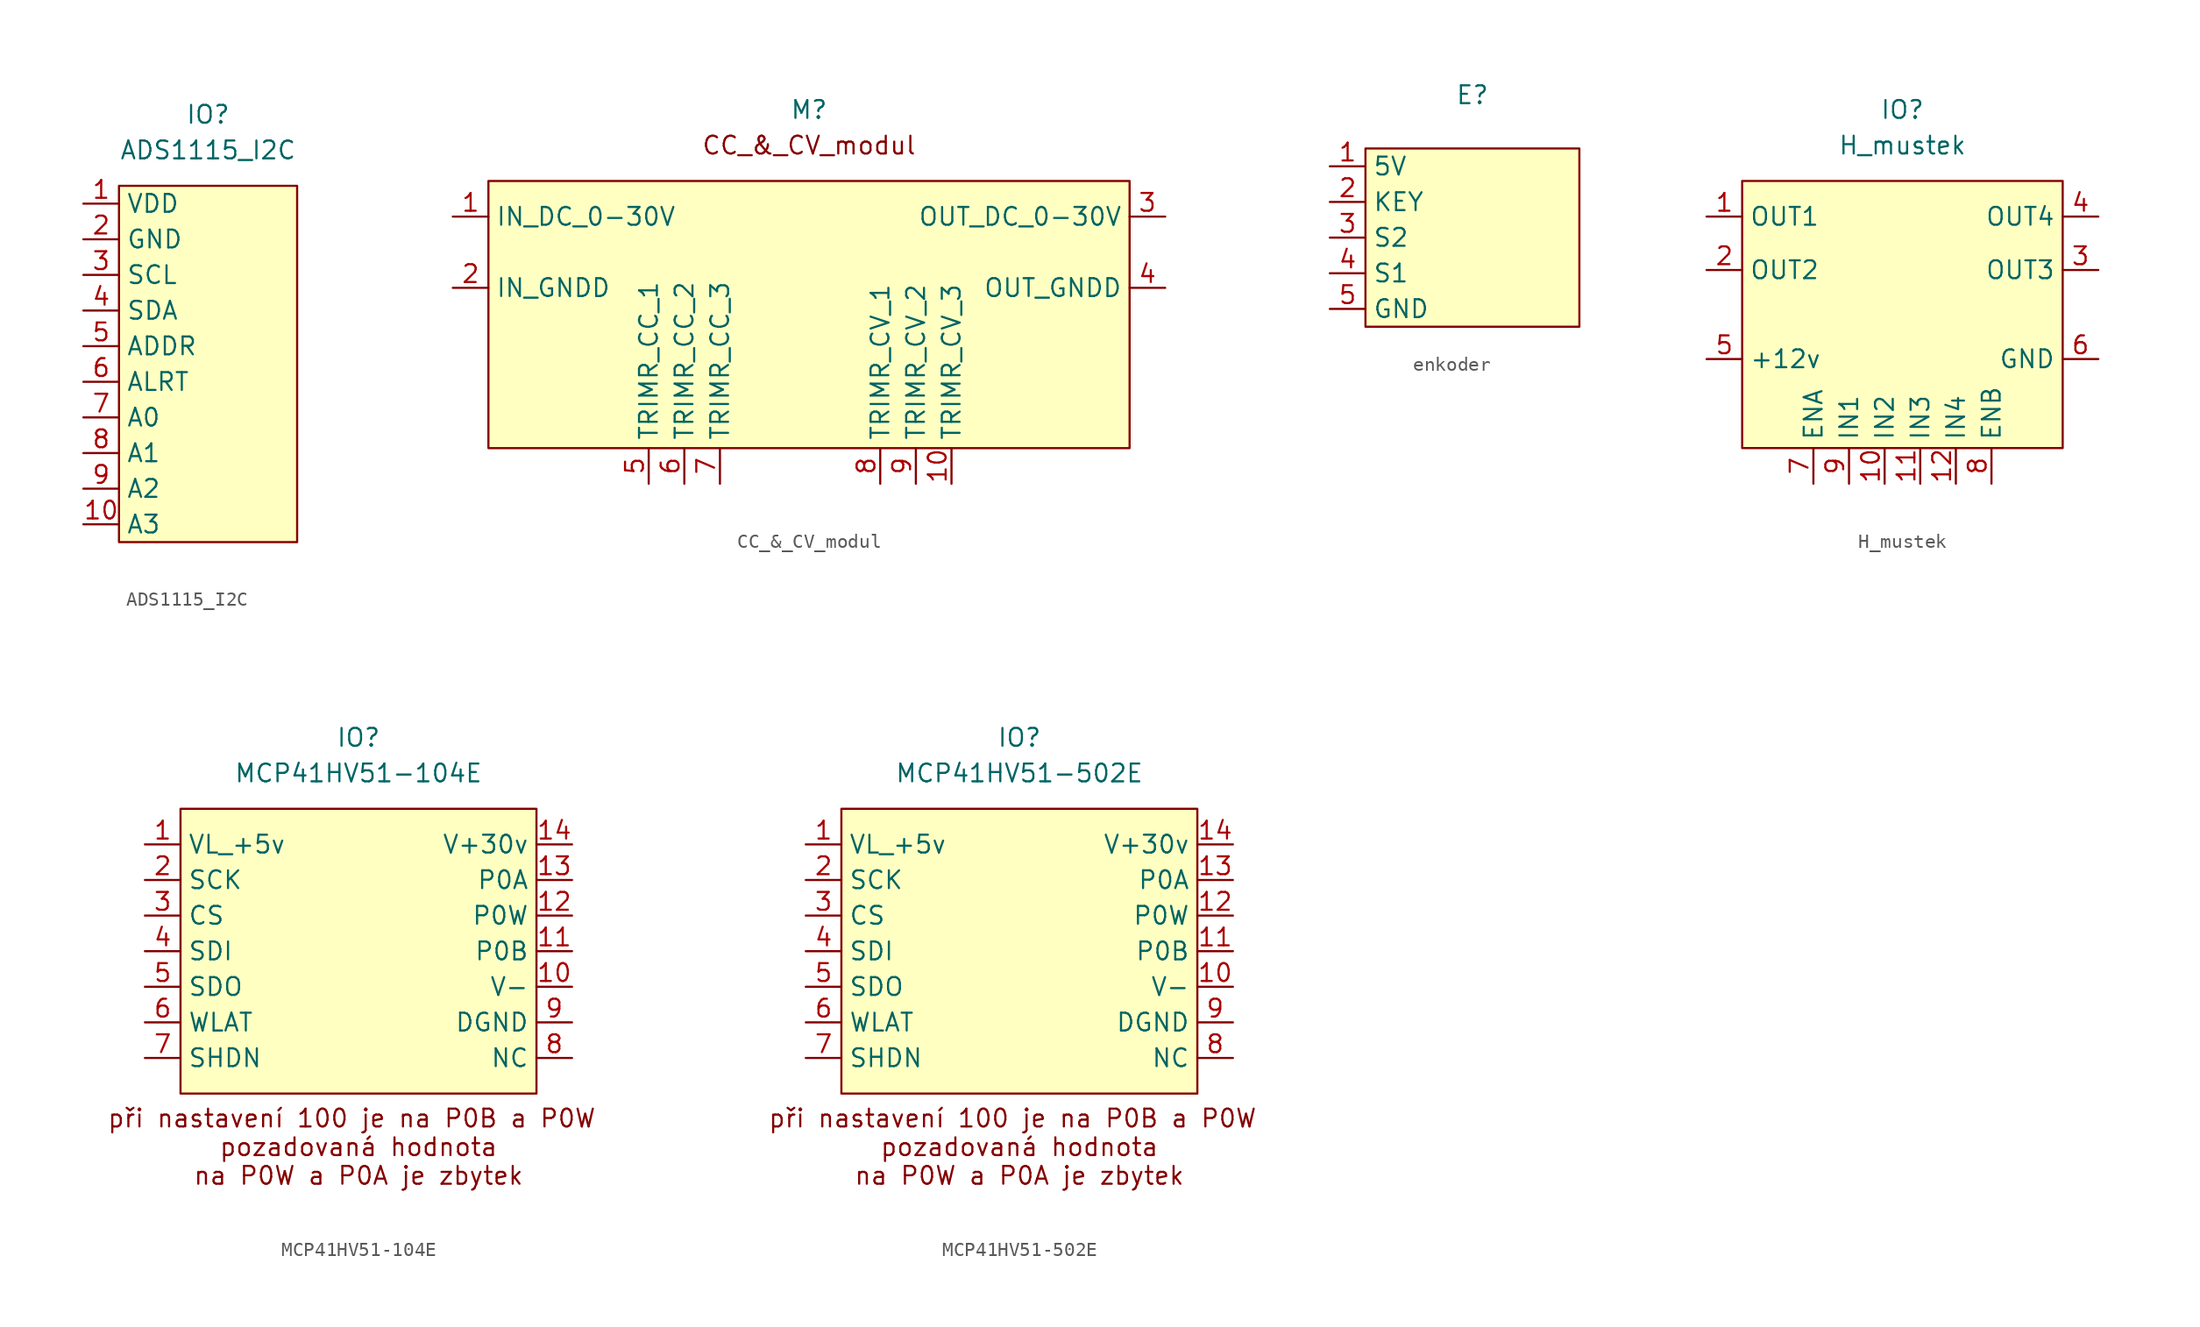
<source format=kicad_sym>
(kicad_symbol_lib
  (version 20220914)
  (generator kicad_symbol_editor)
  (symbol "ADS1115_I2C"
    (property "Reference" "IO"
      (at 0 3.81 0)
      (effects (font (size 1.27 1.27))))
    (property "Value" "ADS1115_I2C"
      (at 0 1.27 0)
      (effects (font (size 1.27 1.27))))
    (symbol "ADS1115_I2C_1_1"
      (rectangle (start -6.35 -1.27) (end 6.35 -26.67) (stroke (width 0) (type default)) (fill (type background)))
      (pin input line (at -8.89 -2.54 0) (length 2.54) (name "VDD" (effects (font (size 1.27 1.27)))) (number "1" (effects (font (size 1.27 1.27)))))
      (pin input line (at -8.89 -25.4 0) (length 2.54) (name "A3" (effects (font (size 1.27 1.27)))) (number "10" (effects (font (size 1.27 1.27)))))
      (pin input line (at -8.89 -5.08 0) (length 2.54) (name "GND" (effects (font (size 1.27 1.27)))) (number "2" (effects (font (size 1.27 1.27)))))
      (pin input line (at -8.89 -7.62 0) (length 2.54) (name "SCL" (effects (font (size 1.27 1.27)))) (number "3" (effects (font (size 1.27 1.27)))))
      (pin input line (at -8.89 -10.16 0) (length 2.54) (name "SDA" (effects (font (size 1.27 1.27)))) (number "4" (effects (font (size 1.27 1.27)))))
      (pin input line (at -8.89 -12.7 0) (length 2.54) (name "ADDR" (effects (font (size 1.27 1.27)))) (number "5" (effects (font (size 1.27 1.27)))))
      (pin input line (at -8.89 -15.24 0) (length 2.54) (name "ALRT" (effects (font (size 1.27 1.27)))) (number "6" (effects (font (size 1.27 1.27)))))
      (pin input line (at -8.89 -17.78 0) (length 2.54) (name "A0" (effects (font (size 1.27 1.27)))) (number "7" (effects (font (size 1.27 1.27)))))
      (pin input line (at -8.89 -20.32 0) (length 2.54) (name "A1" (effects (font (size 1.27 1.27)))) (number "8" (effects (font (size 1.27 1.27)))))
      (pin input line (at -8.89 -22.86 0) (length 2.54) (name "A2" (effects (font (size 1.27 1.27)))) (number "9" (effects (font (size 1.27 1.27)))))))
  (symbol "CC_&_CV_modul"
    (property "Reference" "M"
      (at 0 10.16 0)
      (effects (font (size 1.27 1.27))))
    (property "Value" ""
      (at 0 0 0)
      (effects (font (size 1.27 1.27))))
    (symbol "CC_&_CV_modul_1_1"
      (rectangle (start -22.86 5.08) (end 22.86 -13.97) (stroke (width 0) (type default)) (fill (type background)))
      (text "CC_&_CV_modul" (at 0 7.62 0) (effects (font (size 1.27 1.27))))
      (pin input line (at -25.4 2.54 0) (length 2.54) (name "IN_DC_0-30V" (effects (font (size 1.27 1.27)))) (number "1" (effects (font (size 1.27 1.27)))))
      (pin input line (at 10.16 -16.51 90) (length 2.54) (name "TRIMR_CV_3" (effects (font (size 1.27 1.27)))) (number "10" (effects (font (size 1.27 1.27)))))
      (pin input line (at -25.4 -2.54 0) (length 2.54) (name "IN_GNDD" (effects (font (size 1.27 1.27)))) (number "2" (effects (font (size 1.27 1.27)))))
      (pin output line (at 25.4 2.54 180) (length 2.54) (name "OUT_DC_0-30V" (effects (font (size 1.27 1.27)))) (number "3" (effects (font (size 1.27 1.27)))))
      (pin output line (at 25.4 -2.54 180) (length 2.54) (name "OUT_GNDD" (effects (font (size 1.27 1.27)))) (number "4" (effects (font (size 1.27 1.27)))))
      (pin input line (at -11.43 -16.51 90) (length 2.54) (name "TRIMR_CC_1" (effects (font (size 1.27 1.27)))) (number "5" (effects (font (size 1.27 1.27)))))
      (pin input line (at -8.89 -16.51 90) (length 2.54) (name "TRIMR_CC_2" (effects (font (size 1.27 1.27)))) (number "6" (effects (font (size 1.27 1.27)))))
      (pin input line (at -6.35 -16.51 90) (length 2.54) (name "TRIMR_CC_3" (effects (font (size 1.27 1.27)))) (number "7" (effects (font (size 1.27 1.27)))))
      (pin input line (at 5.08 -16.51 90) (length 2.54) (name "TRIMR_CV_1" (effects (font (size 1.27 1.27)))) (number "8" (effects (font (size 1.27 1.27)))))
      (pin input line (at 7.62 -16.51 90) (length 2.54) (name "TRIMR_CV_2" (effects (font (size 1.27 1.27)))) (number "9" (effects (font (size 1.27 1.27)))))))
  (symbol "enkoder"
    (property "Reference" "E"
      (at 0 2.54 0)
      (effects (font (size 1.27 1.27))))
    (symbol "enkoder_1_1"
      (rectangle (start -7.62 -1.27) (end 7.62 -13.97) (stroke (width 0) (type default)) (fill (type background)))
      (pin input line (at -10.16 -2.54 0) (length 2.54) (name "5V" (effects (font (size 1.27 1.27)))) (number "1" (effects (font (size 1.27 1.27)))))
      (pin input line (at -10.16 -5.08 0) (length 2.54) (name "KEY" (effects (font (size 1.27 1.27)))) (number "2" (effects (font (size 1.27 1.27)))))
      (pin input line (at -10.16 -7.62 0) (length 2.54) (name "S2" (effects (font (size 1.27 1.27)))) (number "3" (effects (font (size 1.27 1.27)))))
      (pin input line (at -10.16 -10.16 0) (length 2.54) (name "S1" (effects (font (size 1.27 1.27)))) (number "4" (effects (font (size 1.27 1.27)))))
      (pin input line (at -10.16 -12.7 0) (length 2.54) (name "GND" (effects (font (size 1.27 1.27)))) (number "5" (effects (font (size 1.27 1.27)))))))
  (symbol "H_mustek"
    (property "Reference" "IO"
      (at 0 3.81 0)
      (effects (font (size 1.27 1.27))))
    (property "Value" "H_mustek"
      (at 0 1.27 0)
      (effects (font (size 1.27 1.27))))
    (symbol "H_mustek_1_1"
      (rectangle (start -11.43 -1.27) (end 11.43 -20.32) (stroke (width 0) (type default)) (fill (type background)))
      (pin input line (at -13.97 -3.81 0) (length 2.54) (name "OUT1" (effects (font (size 1.27 1.27)))) (number "1" (effects (font (size 1.27 1.27)))))
      (pin input line (at -1.27 -22.86 90) (length 2.54) (name "IN2" (effects (font (size 1.27 1.27)))) (number "10" (effects (font (size 1.27 1.27)))))
      (pin input line (at 1.27 -22.86 90) (length 2.54) (name "IN3" (effects (font (size 1.27 1.27)))) (number "11" (effects (font (size 1.27 1.27)))))
      (pin input line (at 3.81 -22.86 90) (length 2.54) (name "IN4" (effects (font (size 1.27 1.27)))) (number "12" (effects (font (size 1.27 1.27)))))
      (pin input line (at -13.97 -7.62 0) (length 2.54) (name "OUT2" (effects (font (size 1.27 1.27)))) (number "2" (effects (font (size 1.27 1.27)))))
      (pin input line (at 13.97 -7.62 180) (length 2.54) (name "OUT3" (effects (font (size 1.27 1.27)))) (number "3" (effects (font (size 1.27 1.27)))))
      (pin input line (at 13.97 -3.81 180) (length 2.54) (name "OUT4" (effects (font (size 1.27 1.27)))) (number "4" (effects (font (size 1.27 1.27)))))
      (pin input line (at -13.97 -13.97 0) (length 2.54) (name "+12v" (effects (font (size 1.27 1.27)))) (number "5" (effects (font (size 1.27 1.27)))))
      (pin input line (at 13.97 -13.97 180) (length 2.54) (name "GND" (effects (font (size 1.27 1.27)))) (number "6" (effects (font (size 1.27 1.27)))))
      (pin input line (at -6.35 -22.86 90) (length 2.54) (name "ENA" (effects (font (size 1.27 1.27)))) (number "7" (effects (font (size 1.27 1.27)))))
      (pin input line (at 6.35 -22.86 90) (length 2.54) (name "ENB" (effects (font (size 1.27 1.27)))) (number "8" (effects (font (size 1.27 1.27)))))
      (pin input line (at -3.81 -22.86 90) (length 2.54) (name "IN1" (effects (font (size 1.27 1.27)))) (number "9" (effects (font (size 1.27 1.27)))))))
  (symbol "MCP41HV51-104E"
    (property "Reference" "IO"
      (at 0 1.27 0)
      (effects (font (size 1.27 1.27))))
    (property "Value" "MCP41HV51-104E"
      (at 0 -1.27 0)
      (effects (font (size 1.27 1.27))))
    (symbol "MCP41HV51-104E_1_1"
      (rectangle (start -12.7 -3.81) (end 12.7 -24.13) (stroke (width 0) (type default)) (fill (type background)))
      (text "při nastavení 100 je na P0B a P0W \npozadovaná hodnota\nna P0W a P0A je zbytek" (at 0 -27.94 0) (effects (font (size 1.27 1.27))))
      (pin input line (at -15.24 -6.35 0) (length 2.54) (name "VL_+5v" (effects (font (size 1.27 1.27)))) (number "1" (effects (font (size 1.27 1.27)))))
      (pin input line (at 15.24 -16.51 180) (length 2.54) (name "V-" (effects (font (size 1.27 1.27)))) (number "10" (effects (font (size 1.27 1.27)))))
      (pin output line (at 15.24 -13.97 180) (length 2.54) (name "P0B" (effects (font (size 1.27 1.27)))) (number "11" (effects (font (size 1.27 1.27)))))
      (pin output line (at 15.24 -11.43 180) (length 2.54) (name "P0W" (effects (font (size 1.27 1.27)))) (number "12" (effects (font (size 1.27 1.27)))))
      (pin output line (at 15.24 -8.89 180) (length 2.54) (name "P0A" (effects (font (size 1.27 1.27)))) (number "13" (effects (font (size 1.27 1.27)))))
      (pin input line (at 15.24 -6.35 180) (length 2.54) (name "V+30v" (effects (font (size 1.27 1.27)))) (number "14" (effects (font (size 1.27 1.27)))))
      (pin input line (at -15.24 -8.89 0) (length 2.54) (name "SCK" (effects (font (size 1.27 1.27)))) (number "2" (effects (font (size 1.27 1.27)))))
      (pin input line (at -15.24 -11.43 0) (length 2.54) (name "CS" (effects (font (size 1.27 1.27)))) (number "3" (effects (font (size 1.27 1.27)))))
      (pin input line (at -15.24 -13.97 0) (length 2.54) (name "SDI" (effects (font (size 1.27 1.27)))) (number "4" (effects (font (size 1.27 1.27)))))
      (pin output line (at -15.24 -16.51 0) (length 2.54) (name "SDO" (effects (font (size 1.27 1.27)))) (number "5" (effects (font (size 1.27 1.27)))))
      (pin input line (at -15.24 -19.05 0) (length 2.54) (name "WLAT" (effects (font (size 1.27 1.27)))) (number "6" (effects (font (size 1.27 1.27)))))
      (pin input line (at -15.24 -21.59 0) (length 2.54) (name "SHDN" (effects (font (size 1.27 1.27)))) (number "7" (effects (font (size 1.27 1.27)))))
      (pin input line (at 15.24 -21.59 180) (length 2.54) (name "NC" (effects (font (size 1.27 1.27)))) (number "8" (effects (font (size 1.27 1.27)))))
      (pin input line (at 15.24 -19.05 180) (length 2.54) (name "DGND" (effects (font (size 1.27 1.27)))) (number "9" (effects (font (size 1.27 1.27)))))))
  (symbol "MCP41HV51-502E"
    (property "Reference" "IO"
      (at 0 1.27 0)
      (effects (font (size 1.27 1.27))))
    (property "Value" "MCP41HV51-502E"
      (at 0 -1.27 0)
      (effects (font (size 1.27 1.27))))
    (symbol "MCP41HV51-502E_1_1"
      (rectangle (start -12.7 -3.81) (end 12.7 -24.13) (stroke (width 0) (type default)) (fill (type background)))
      (text "při nastavení 100 je na P0B a P0W \npozadovaná hodnota\nna P0W a P0A je zbytek" (at 0 -27.94 0) (effects (font (size 1.27 1.27))))
      (pin input line (at -15.24 -6.35 0) (length 2.54) (name "VL_+5v" (effects (font (size 1.27 1.27)))) (number "1" (effects (font (size 1.27 1.27)))))
      (pin input line (at 15.24 -16.51 180) (length 2.54) (name "V-" (effects (font (size 1.27 1.27)))) (number "10" (effects (font (size 1.27 1.27)))))
      (pin output line (at 15.24 -13.97 180) (length 2.54) (name "P0B" (effects (font (size 1.27 1.27)))) (number "11" (effects (font (size 1.27 1.27)))))
      (pin output line (at 15.24 -11.43 180) (length 2.54) (name "P0W" (effects (font (size 1.27 1.27)))) (number "12" (effects (font (size 1.27 1.27)))))
      (pin output line (at 15.24 -8.89 180) (length 2.54) (name "P0A" (effects (font (size 1.27 1.27)))) (number "13" (effects (font (size 1.27 1.27)))))
      (pin input line (at 15.24 -6.35 180) (length 2.54) (name "V+30v" (effects (font (size 1.27 1.27)))) (number "14" (effects (font (size 1.27 1.27)))))
      (pin input line (at -15.24 -8.89 0) (length 2.54) (name "SCK" (effects (font (size 1.27 1.27)))) (number "2" (effects (font (size 1.27 1.27)))))
      (pin input line (at -15.24 -11.43 0) (length 2.54) (name "CS" (effects (font (size 1.27 1.27)))) (number "3" (effects (font (size 1.27 1.27)))))
      (pin input line (at -15.24 -13.97 0) (length 2.54) (name "SDI" (effects (font (size 1.27 1.27)))) (number "4" (effects (font (size 1.27 1.27)))))
      (pin output line (at -15.24 -16.51 0) (length 2.54) (name "SDO" (effects (font (size 1.27 1.27)))) (number "5" (effects (font (size 1.27 1.27)))))
      (pin input line (at -15.24 -19.05 0) (length 2.54) (name "WLAT" (effects (font (size 1.27 1.27)))) (number "6" (effects (font (size 1.27 1.27)))))
      (pin input line (at -15.24 -21.59 0) (length 2.54) (name "SHDN" (effects (font (size 1.27 1.27)))) (number "7" (effects (font (size 1.27 1.27)))))
      (pin input line (at 15.24 -21.59 180) (length 2.54) (name "NC" (effects (font (size 1.27 1.27)))) (number "8" (effects (font (size 1.27 1.27)))))
      (pin input line (at 15.24 -19.05 180) (length 2.54) (name "DGND" (effects (font (size 1.27 1.27)))) (number "9" (effects (font (size 1.27 1.27))))))))
</source>
